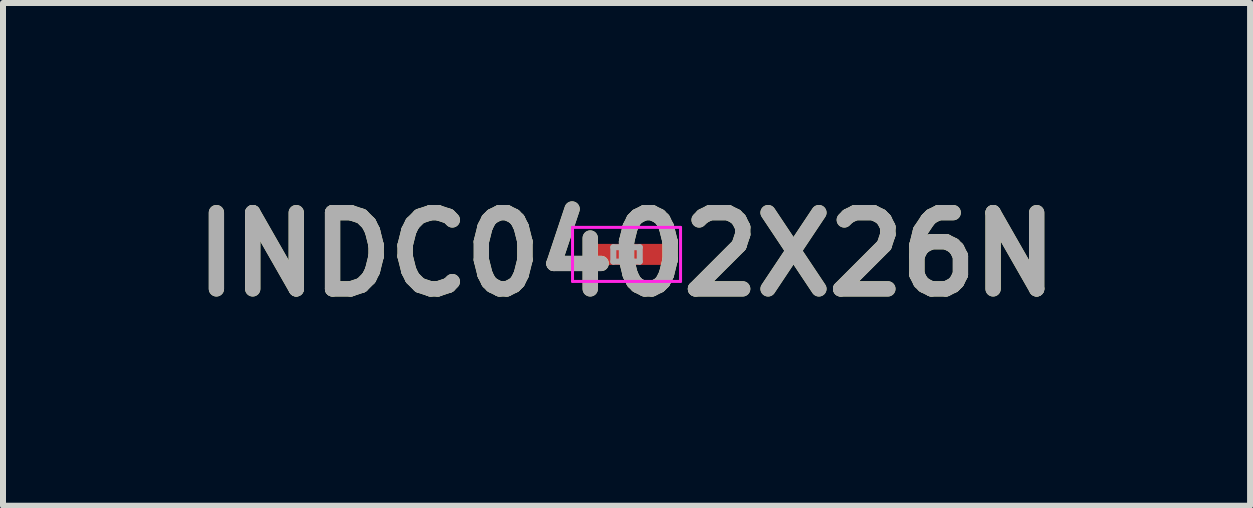
<source format=kicad_pcb>
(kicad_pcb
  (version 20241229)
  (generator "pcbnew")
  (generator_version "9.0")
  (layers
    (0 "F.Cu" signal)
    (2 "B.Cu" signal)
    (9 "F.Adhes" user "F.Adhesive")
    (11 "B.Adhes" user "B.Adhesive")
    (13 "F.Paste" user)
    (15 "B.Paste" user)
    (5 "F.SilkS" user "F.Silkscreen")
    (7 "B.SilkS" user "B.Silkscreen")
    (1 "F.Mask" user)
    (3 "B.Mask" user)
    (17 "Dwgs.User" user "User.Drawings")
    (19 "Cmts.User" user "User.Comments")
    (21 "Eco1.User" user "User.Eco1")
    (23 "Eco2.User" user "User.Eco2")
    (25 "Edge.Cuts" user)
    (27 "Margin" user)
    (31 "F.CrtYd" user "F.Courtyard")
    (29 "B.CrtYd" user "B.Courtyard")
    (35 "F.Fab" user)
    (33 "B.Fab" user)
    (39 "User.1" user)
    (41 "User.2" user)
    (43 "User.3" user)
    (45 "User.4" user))
  (footprint "INDC0402X26N"
    (layer "F.Cu")
    (at 7.39 1.189)
    (property "Reference" "INDC0402X26N" (at 0 0 0) (layer "F.SilkS") (effects (font (size 1.27 1.27) (thickness 0.254))))
    (attr smd)
    (fp_line (start 0 -0.02) (end 0 0.02) (stroke (width 0.2) (type solid)) (layer "F.SilkS"))
    (fp_line (start -0.9 -0.45) (end 0.9 -0.45) (stroke (width 0.05) (type solid)) (layer "F.CrtYd"))
    (fp_line (start -0.9 0.45) (end -0.9 -0.45) (stroke (width 0.05) (type solid)) (layer "F.CrtYd"))
    (fp_line (start 0.9 -0.45) (end 0.9 0.45) (stroke (width 0.05) (type solid)) (layer "F.CrtYd"))
    (fp_line (start 0.9 0.45) (end -0.9 0.45) (stroke (width 0.05) (type solid)) (layer "F.CrtYd"))
    (fp_line (start -0.22 -0.12) (end 0.22 -0.12) (stroke (width 0.1) (type solid)) (layer "F.Fab"))
    (fp_line (start -0.22 0.12) (end -0.22 -0.12) (stroke (width 0.1) (type solid)) (layer "F.Fab"))
    (fp_line (start 0.22 -0.12) (end 0.22 0.12) (stroke (width 0.1) (type solid)) (layer "F.Fab"))
    (fp_line (start 0.22 0.12) (end -0.22 0.12) (stroke (width 0.1) (type solid)) (layer "F.Fab"))
    (fp_text user "${REFERENCE}" (at 0 0 0) (layer "F.Fab") (effects (font (size 1.27 1.27) (thickness 0.254))))
    (pad "1" smd rect (at -0.35 0 90) (size 0.35 0.6) (layers "F.Cu" "F.Mask" "F.Paste"))
    (pad "2" smd rect (at 0.35 0 90) (size 0.35 0.6) (layers "F.Cu" "F.Mask" "F.Paste")))
  (gr_rect
    (start -3 -3)
    (end 17.78 5.377)
    (stroke (width 0.1) (type default))
    (fill no)
    (layer "Edge.Cuts")))
</source>
